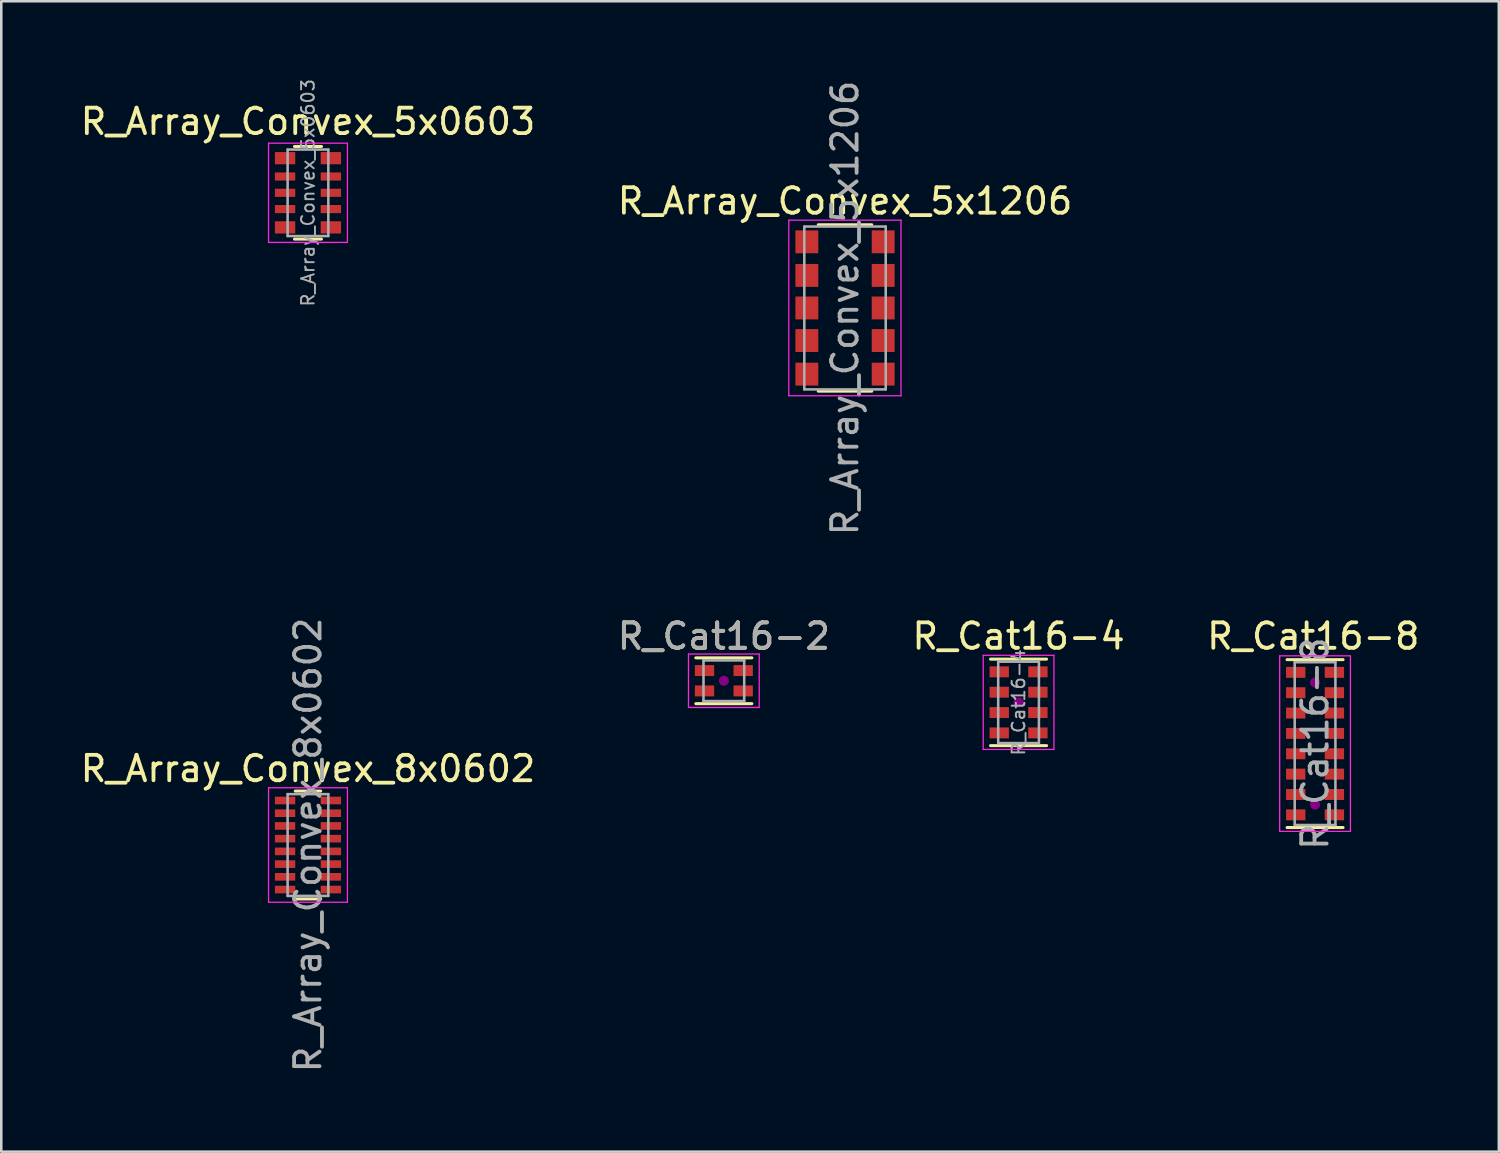
<source format=kicad_pcb>
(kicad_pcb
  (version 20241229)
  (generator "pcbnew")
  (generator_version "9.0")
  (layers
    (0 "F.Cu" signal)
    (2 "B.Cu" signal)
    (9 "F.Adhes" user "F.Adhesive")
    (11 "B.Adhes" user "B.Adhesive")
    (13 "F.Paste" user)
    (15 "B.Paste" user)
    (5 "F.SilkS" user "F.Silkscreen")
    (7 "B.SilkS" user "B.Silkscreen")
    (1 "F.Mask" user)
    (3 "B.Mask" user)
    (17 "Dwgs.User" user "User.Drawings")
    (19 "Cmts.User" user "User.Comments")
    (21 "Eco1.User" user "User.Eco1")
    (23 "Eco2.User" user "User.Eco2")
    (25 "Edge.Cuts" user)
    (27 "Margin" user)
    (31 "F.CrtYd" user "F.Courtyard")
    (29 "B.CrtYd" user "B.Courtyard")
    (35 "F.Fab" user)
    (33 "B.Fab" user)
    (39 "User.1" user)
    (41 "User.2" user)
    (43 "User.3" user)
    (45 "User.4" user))
  (footprint "R_Cat16-8"
    (layer "F.Cu")
    (at 48.635 26.175)
    (property "Reference" "R_Cat16-8" (at -0.07 -4.22 0) (layer "F.SilkS") (effects (font (size 1 1) (thickness 0.15))))
    (attr smd)
    (fp_line (start 1.1 -3.3) (end -1.1 -3.3) (stroke (width 0.12) (type solid)) (layer "F.SilkS"))
    (fp_line (start 1.1 3.3) (end -1.1 3.3) (stroke (width 0.12) (type solid)) (layer "F.SilkS"))
    (fp_circle (center 0 -2.4) (end -0.1 -2.4) (stroke (width 0.2) (type solid)) (fill no) (layer "F.Adhes"))
    (fp_circle (center 0 2.4) (end -0.1 2.4) (stroke (width 0.2) (type solid)) (fill no) (layer "F.Adhes"))
    (fp_line (start -1.39 -3.45) (end -1.39 3.45) (stroke (width 0.05) (type solid)) (layer "F.CrtYd"))
    (fp_line (start -1.39 -3.45) (end 1.39 -3.45) (stroke (width 0.05) (type solid)) (layer "F.CrtYd"))
    (fp_line (start 1.39 3.45) (end -1.39 3.45) (stroke (width 0.05) (type solid)) (layer "F.CrtYd"))
    (fp_line (start 1.39 3.45) (end 1.39 -3.45) (stroke (width 0.05) (type solid)) (layer "F.CrtYd"))
    (fp_line (start -0.8 -3.2) (end 0.8 -3.2) (stroke (width 0.1) (type solid)) (layer "F.Fab"))
    (fp_line (start -0.8 3.2) (end -0.8 -3.2) (stroke (width 0.1) (type solid)) (layer "F.Fab"))
    (fp_line (start 0.8 -3.2) (end 0.8 3.2) (stroke (width 0.1) (type solid)) (layer "F.Fab"))
    (fp_line (start 0.8 3.2) (end -0.8 3.2) (stroke (width 0.1) (type solid)) (layer "F.Fab"))
    (fp_text user "${REFERENCE}" (at 0 0 90) (layer "F.Fab") (effects (font (size 1 1) (thickness 0.15))))
    (pad "1" smd rect (at -0.76 -2.8 180) (size 0.76 0.43) (layers "F.Cu" "F.Mask" "F.Paste"))
    (pad "2" smd rect (at -0.76 -2 180) (size 0.76 0.43) (layers "F.Cu" "F.Mask" "F.Paste"))
    (pad "3" smd rect (at -0.76 -1.2 180) (size 0.76 0.43) (layers "F.Cu" "F.Mask" "F.Paste"))
    (pad "4" smd rect (at -0.76 -0.4 180) (size 0.76 0.43) (layers "F.Cu" "F.Mask" "F.Paste"))
    (pad "5" smd rect (at -0.76 0.4 180) (size 0.76 0.43) (layers "F.Cu" "F.Mask" "F.Paste"))
    (pad "6" smd rect (at -0.76 1.2 180) (size 0.76 0.43) (layers "F.Cu" "F.Mask" "F.Paste"))
    (pad "7" smd rect (at -0.76 2 180) (size 0.76 0.43) (layers "F.Cu" "F.Mask" "F.Paste"))
    (pad "8" smd rect (at -0.76 2.8 180) (size 0.76 0.43) (layers "F.Cu" "F.Mask" "F.Paste"))
    (pad "9" smd rect (at 0.76 2.8 180) (size 0.76 0.43) (layers "F.Cu" "F.Mask" "F.Paste"))
    (pad "10" smd rect (at 0.76 2 180) (size 0.76 0.43) (layers "F.Cu" "F.Mask" "F.Paste"))
    (pad "11" smd rect (at 0.76 1.2 180) (size 0.76 0.43) (layers "F.Cu" "F.Mask" "F.Paste"))
    (pad "12" smd rect (at 0.76 0.4 180) (size 0.76 0.43) (layers "F.Cu" "F.Mask" "F.Paste"))
    (pad "13" smd rect (at 0.76 -0.4 180) (size 0.76 0.43) (layers "F.Cu" "F.Mask" "F.Paste"))
    (pad "14" smd rect (at 0.76 -1.2 180) (size 0.76 0.43) (layers "F.Cu" "F.Mask" "F.Paste"))
    (pad "15" smd rect (at 0.76 -2 180) (size 0.76 0.43) (layers "F.Cu" "F.Mask" "F.Paste"))
    (pad "16" smd rect (at 0.76 -2.8 180) (size 0.76 0.43) (layers "F.Cu" "F.Mask" "F.Paste")))
  (footprint "R_Array_Convex_5x0603"
    (layer "F.Cu")
    (at 9.054 4.527)
    (property "Reference" "R_Array_Convex_5x0603" (at 0 -2.8 0) (layer "F.SilkS") (effects (font (size 1 1) (thickness 0.15))))
    (attr smd)
    (fp_line (start 0.53 -1.82) (end -0.53 -1.82) (stroke (width 0.12) (type solid)) (layer "F.SilkS"))
    (fp_line (start 0.53 1.82) (end -0.53 1.82) (stroke (width 0.12) (type solid)) (layer "F.SilkS"))
    (fp_line (start -1.55 -1.95) (end -1.55 1.95) (stroke (width 0.05) (type solid)) (layer "F.CrtYd"))
    (fp_line (start -1.55 -1.95) (end 1.55 -1.95) (stroke (width 0.05) (type solid)) (layer "F.CrtYd"))
    (fp_line (start 1.55 1.95) (end -1.55 1.95) (stroke (width 0.05) (type solid)) (layer "F.CrtYd"))
    (fp_line (start 1.55 1.95) (end 1.55 -1.95) (stroke (width 0.05) (type solid)) (layer "F.CrtYd"))
    (fp_line (start -0.8 -1.7) (end -0.8 1.7) (stroke (width 0.1) (type solid)) (layer "F.Fab"))
    (fp_line (start -0.8 1.7) (end 0.8 1.7) (stroke (width 0.1) (type solid)) (layer "F.Fab"))
    (fp_line (start 0.8 -1.7) (end -0.8 -1.7) (stroke (width 0.1) (type solid)) (layer "F.Fab"))
    (fp_line (start 0.8 1.7) (end 0.8 -1.7) (stroke (width 0.1) (type solid)) (layer "F.Fab"))
    (fp_text user "${REFERENCE}" (at 0 0 90) (layer "F.Fab") (effects (font (size 0.5 0.5) (thickness 0.075))))
    (pad "1" smd rect (at -0.9 -1.36) (size 0.8 0.48) (layers "F.Cu" "F.Mask" "F.Paste"))
    (pad "2" smd rect (at -0.9 -0.64) (size 0.8 0.32) (layers "F.Cu" "F.Mask" "F.Paste"))
    (pad "3" smd rect (at -0.9 0) (size 0.8 0.32) (layers "F.Cu" "F.Mask" "F.Paste"))
    (pad "4" smd rect (at -0.9 0.64) (size 0.8 0.32) (layers "F.Cu" "F.Mask" "F.Paste"))
    (pad "5" smd rect (at -0.9 1.36) (size 0.8 0.48) (layers "F.Cu" "F.Mask" "F.Paste"))
    (pad "6" smd rect (at 0.9 1.36) (size 0.8 0.48) (layers "F.Cu" "F.Mask" "F.Paste"))
    (pad "7" smd rect (at 0.9 0.64) (size 0.8 0.32) (layers "F.Cu" "F.Mask" "F.Paste"))
    (pad "8" smd rect (at 0.9 0) (size 0.8 0.32) (layers "F.Cu" "F.Mask" "F.Paste"))
    (pad "9" smd rect (at 0.9 -0.64) (size 0.8 0.32) (layers "F.Cu" "F.Mask" "F.Paste"))
    (pad "10" smd rect (at 0.9 -1.36) (size 0.8 0.48) (layers "F.Cu" "F.Mask" "F.Paste")))
  (footprint "R_Cat16-2"
    (layer "F.Cu")
    (at 25.399 23.705)
    (property "Reference" "R_Cat16-2" (at 0 -1.75 0) (layer "F.SilkS") (effects (font (size 1 1) (thickness 0.15))))
    (attr smd)
    (fp_line (start 1.1 -0.9) (end -1.1 -0.9) (stroke (width 0.12) (type solid)) (layer "F.SilkS"))
    (fp_line (start 1.1 0.9) (end -1.1 0.9) (stroke (width 0.12) (type solid)) (layer "F.SilkS"))
    (fp_circle (center 0 0) (end -0.1 0) (stroke (width 0.2) (type solid)) (fill no) (layer "F.Adhes"))
    (fp_line (start -1.39 -1.05) (end -1.39 1.05) (stroke (width 0.05) (type solid)) (layer "F.CrtYd"))
    (fp_line (start -1.39 -1.05) (end 1.39 -1.05) (stroke (width 0.05) (type solid)) (layer "F.CrtYd"))
    (fp_line (start 1.39 1.05) (end -1.39 1.05) (stroke (width 0.05) (type solid)) (layer "F.CrtYd"))
    (fp_line (start 1.39 1.05) (end 1.39 -1.05) (stroke (width 0.05) (type solid)) (layer "F.CrtYd"))
    (fp_line (start -0.8 -0.8) (end 0.8 -0.8) (stroke (width 0.1) (type solid)) (layer "F.Fab"))
    (fp_line (start -0.8 0.8) (end -0.8 -0.8) (stroke (width 0.1) (type solid)) (layer "F.Fab"))
    (fp_line (start 0.8 -0.8) (end 0.8 0.8) (stroke (width 0.1) (type solid)) (layer "F.Fab"))
    (fp_line (start 0.8 0.8) (end -0.8 0.8) (stroke (width 0.1) (type solid)) (layer "F.Fab"))
    (fp_text user "${REFERENCE}" (at 0 -1.75 0) (layer "F.Fab") (effects (font (size 1 1) (thickness 0.15))))
    (pad "1" smd rect (at -0.76 -0.4 180) (size 0.76 0.43) (layers "F.Cu" "F.Mask" "F.Paste"))
    (pad "2" smd rect (at -0.76 0.4 180) (size 0.76 0.43) (layers "F.Cu" "F.Mask" "F.Paste"))
    (pad "3" smd rect (at 0.76 0.4 180) (size 0.76 0.43) (layers "F.Cu" "F.Mask" "F.Paste"))
    (pad "4" smd rect (at 0.76 -0.4 180) (size 0.76 0.43) (layers "F.Cu" "F.Mask" "F.Paste")))
  (footprint "R_Array_Convex_8x0602"
    (layer "F.Cu")
    (at 9.054 30.161)
    (property "Reference" "R_Array_Convex_8x0602" (at 0 -3 0) (layer "F.SilkS") (effects (font (size 1 1) (thickness 0.15))))
    (attr smd)
    (fp_line (start 0.5 -2.12) (end -0.5 -2.12) (stroke (width 0.12) (type solid)) (layer "F.SilkS"))
    (fp_line (start 0.5 2.12) (end -0.5 2.12) (stroke (width 0.12) (type solid)) (layer "F.SilkS"))
    (fp_line (start -1.55 -2.25) (end -1.55 2.25) (stroke (width 0.05) (type solid)) (layer "F.CrtYd"))
    (fp_line (start -1.55 -2.25) (end 1.55 -2.25) (stroke (width 0.05) (type solid)) (layer "F.CrtYd"))
    (fp_line (start 1.55 2.25) (end -1.55 2.25) (stroke (width 0.05) (type solid)) (layer "F.CrtYd"))
    (fp_line (start 1.55 2.25) (end 1.55 -2.25) (stroke (width 0.05) (type solid)) (layer "F.CrtYd"))
    (fp_line (start -0.8 -2) (end -0.8 2) (stroke (width 0.1) (type solid)) (layer "F.Fab"))
    (fp_line (start -0.8 2) (end 0.8 2) (stroke (width 0.1) (type solid)) (layer "F.Fab"))
    (fp_line (start 0.8 -2) (end -0.8 -2) (stroke (width 0.1) (type solid)) (layer "F.Fab"))
    (fp_line (start 0.8 2) (end 0.8 -2) (stroke (width 0.1) (type solid)) (layer "F.Fab"))
    (fp_text user "${REFERENCE}" (at 0 0 90) (layer "F.Fab") (effects (font (size 1 1) (thickness 0.15))))
    (pad "1" smd rect (at -0.9 -1.75) (size 0.8 0.3) (layers "F.Cu" "F.Mask" "F.Paste"))
    (pad "2" smd rect (at -0.9 -1.25) (size 0.8 0.3) (layers "F.Cu" "F.Mask" "F.Paste"))
    (pad "3" smd rect (at -0.9 -0.75) (size 0.8 0.3) (layers "F.Cu" "F.Mask" "F.Paste"))
    (pad "4" smd rect (at -0.9 -0.25) (size 0.8 0.3) (layers "F.Cu" "F.Mask" "F.Paste"))
    (pad "5" smd rect (at -0.9 0.25) (size 0.8 0.3) (layers "F.Cu" "F.Mask" "F.Paste"))
    (pad "6" smd rect (at -0.9 0.75) (size 0.8 0.3) (layers "F.Cu" "F.Mask" "F.Paste"))
    (pad "7" smd rect (at -0.9 1.25) (size 0.8 0.3) (layers "F.Cu" "F.Mask" "F.Paste"))
    (pad "8" smd rect (at -0.9 1.75) (size 0.8 0.3) (layers "F.Cu" "F.Mask" "F.Paste"))
    (pad "9" smd rect (at 0.9 1.75) (size 0.8 0.3) (layers "F.Cu" "F.Mask" "F.Paste"))
    (pad "10" smd rect (at 0.9 1.25) (size 0.8 0.3) (layers "F.Cu" "F.Mask" "F.Paste"))
    (pad "11" smd rect (at 0.9 0.75) (size 0.8 0.3) (layers "F.Cu" "F.Mask" "F.Paste"))
    (pad "12" smd rect (at 0.9 0.25) (size 0.8 0.3) (layers "F.Cu" "F.Mask" "F.Paste"))
    (pad "13" smd rect (at 0.9 -0.25) (size 0.8 0.3) (layers "F.Cu" "F.Mask" "F.Paste"))
    (pad "14" smd rect (at 0.9 -0.75) (size 0.8 0.3) (layers "F.Cu" "F.Mask" "F.Paste"))
    (pad "15" smd rect (at 0.9 -1.25) (size 0.8 0.3) (layers "F.Cu" "F.Mask" "F.Paste"))
    (pad "16" smd rect (at 0.9 -1.75) (size 0.8 0.3) (layers "F.Cu" "F.Mask" "F.Paste")))
  (footprint "R_Cat16-4"
    (layer "F.Cu")
    (at 36.982 24.555)
    (property "Reference" "R_Cat16-4" (at 0 -2.6 0) (layer "F.SilkS") (effects (font (size 1 1) (thickness 0.15))))
    (attr smd)
    (fp_line (start 1.1 -1.7) (end -1.1 -1.7) (stroke (width 0.12) (type solid)) (layer "F.SilkS"))
    (fp_line (start 1.1 1.7) (end -1.1 1.7) (stroke (width 0.12) (type solid)) (layer "F.SilkS"))
    (fp_circle (center 0 0) (end -0.1 0) (stroke (width 0.2) (type solid)) (fill no) (layer "F.Adhes"))
    (fp_line (start -1.39 -1.85) (end -1.39 1.85) (stroke (width 0.05) (type solid)) (layer "F.CrtYd"))
    (fp_line (start -1.39 -1.85) (end 1.39 -1.85) (stroke (width 0.05) (type solid)) (layer "F.CrtYd"))
    (fp_line (start 1.39 1.85) (end -1.39 1.85) (stroke (width 0.05) (type solid)) (layer "F.CrtYd"))
    (fp_line (start 1.39 1.85) (end 1.39 -1.85) (stroke (width 0.05) (type solid)) (layer "F.CrtYd"))
    (fp_line (start -0.8 -1.6) (end 0.8 -1.6) (stroke (width 0.1) (type solid)) (layer "F.Fab"))
    (fp_line (start -0.8 1.6) (end -0.8 -1.6) (stroke (width 0.1) (type solid)) (layer "F.Fab"))
    (fp_line (start 0.8 -1.6) (end 0.8 1.6) (stroke (width 0.1) (type solid)) (layer "F.Fab"))
    (fp_line (start 0.8 1.6) (end -0.8 1.6) (stroke (width 0.1) (type solid)) (layer "F.Fab"))
    (fp_text user "${REFERENCE}" (at 0 0 90) (layer "F.Fab") (effects (font (size 0.5 0.5) (thickness 0.075))))
    (pad "1" smd rect (at -0.76 -1.2 180) (size 0.76 0.43) (layers "F.Cu" "F.Mask" "F.Paste"))
    (pad "2" smd rect (at -0.76 -0.4 180) (size 0.76 0.43) (layers "F.Cu" "F.Mask" "F.Paste"))
    (pad "3" smd rect (at -0.76 0.4 180) (size 0.76 0.43) (layers "F.Cu" "F.Mask" "F.Paste"))
    (pad "4" smd rect (at -0.76 1.2 180) (size 0.76 0.43) (layers "F.Cu" "F.Mask" "F.Paste"))
    (pad "5" smd rect (at 0.76 1.2 180) (size 0.76 0.43) (layers "F.Cu" "F.Mask" "F.Paste"))
    (pad "6" smd rect (at 0.76 0.4 180) (size 0.76 0.43) (layers "F.Cu" "F.Mask" "F.Paste"))
    (pad "7" smd rect (at 0.76 -0.4 180) (size 0.76 0.43) (layers "F.Cu" "F.Mask" "F.Paste"))
    (pad "8" smd rect (at 0.76 -1.2 180) (size 0.76 0.43) (layers "F.Cu" "F.Mask" "F.Paste")))
  (footprint "R_Array_Convex_5x1206"
    (layer "F.Cu")
    (at 30.161 9.054)
    (property "Reference" "R_Array_Convex_5x1206" (at 0 -4.2 0) (layer "F.SilkS") (effects (font (size 1 1) (thickness 0.15))))
    (attr smd)
    (fp_line (start 1.05 -3.27) (end -1.05 -3.27) (stroke (width 0.12) (type solid)) (layer "F.SilkS"))
    (fp_line (start 1.05 3.27) (end -1.05 3.27) (stroke (width 0.12) (type solid)) (layer "F.SilkS"))
    (fp_line (start -2.21 -3.45) (end -2.21 3.45) (stroke (width 0.05) (type solid)) (layer "F.CrtYd"))
    (fp_line (start -2.21 -3.45) (end 2.2 -3.45) (stroke (width 0.05) (type solid)) (layer "F.CrtYd"))
    (fp_line (start 2.2 3.45) (end -2.21 3.45) (stroke (width 0.05) (type solid)) (layer "F.CrtYd"))
    (fp_line (start 2.2 3.45) (end 2.2 -3.45) (stroke (width 0.05) (type solid)) (layer "F.CrtYd"))
    (fp_line (start -1.6 -3.2) (end 1.6 -3.2) (stroke (width 0.1) (type solid)) (layer "F.Fab"))
    (fp_line (start -1.6 3.2) (end -1.6 -3.2) (stroke (width 0.1) (type solid)) (layer "F.Fab"))
    (fp_line (start 1.6 -3.2) (end 1.6 3.2) (stroke (width 0.1) (type solid)) (layer "F.Fab"))
    (fp_line (start 1.6 3.2) (end -1.6 3.2) (stroke (width 0.1) (type solid)) (layer "F.Fab"))
    (fp_text user "${REFERENCE}" (at 0 0 90) (layer "F.Fab") (effects (font (size 1 1) (thickness 0.15))))
    (pad "1" smd rect (at -1.5 -2.6) (size 0.9 0.9) (layers "F.Cu" "F.Mask" "F.Paste"))
    (pad "2" smd rect (at -1.5 -1.28) (size 0.9 0.9) (layers "F.Cu" "F.Mask" "F.Paste"))
    (pad "3" smd rect (at -1.5 0) (size 0.9 0.9) (layers "F.Cu" "F.Mask" "F.Paste"))
    (pad "4" smd rect (at -1.5 1.28) (size 0.9 0.9) (layers "F.Cu" "F.Mask" "F.Paste"))
    (pad "5" smd rect (at -1.5 2.6) (size 0.9 0.9) (layers "F.Cu" "F.Mask" "F.Paste"))
    (pad "6" smd rect (at 1.5 2.6) (size 0.9 0.9) (layers "F.Cu" "F.Mask" "F.Paste"))
    (pad "7" smd rect (at 1.5 1.28) (size 0.9 0.9) (layers "F.Cu" "F.Mask" "F.Paste"))
    (pad "8" smd rect (at 1.5 0) (size 0.9 0.9) (layers "F.Cu" "F.Mask" "F.Paste"))
    (pad "9" smd rect (at 1.5 -1.28) (size 0.9 0.9) (layers "F.Cu" "F.Mask" "F.Paste"))
    (pad "10" smd rect (at 1.5 -2.6) (size 0.9 0.9) (layers "F.Cu" "F.Mask" "F.Paste")))
  (gr_rect
    (start -3 -3)
    (end 55.857 42.214)
    (stroke (width 0.1) (type default))
    (fill no)
    (layer "Edge.Cuts")))
</source>
